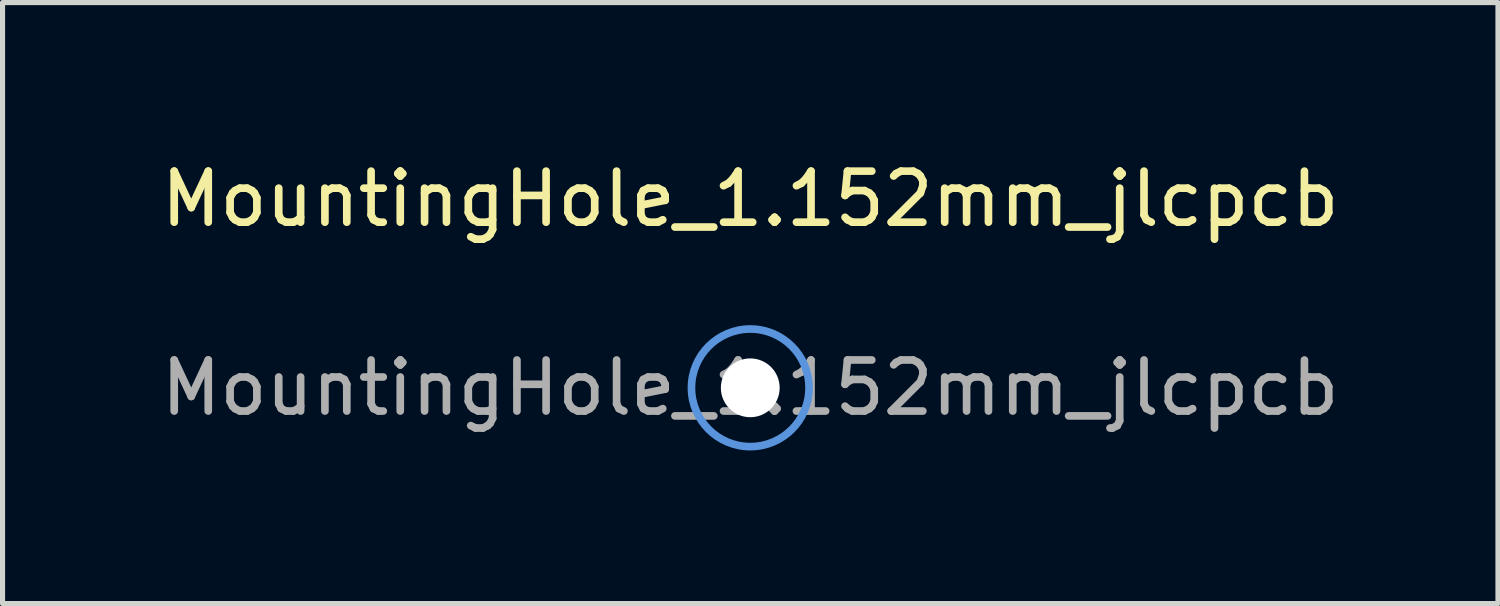
<source format=kicad_pcb>
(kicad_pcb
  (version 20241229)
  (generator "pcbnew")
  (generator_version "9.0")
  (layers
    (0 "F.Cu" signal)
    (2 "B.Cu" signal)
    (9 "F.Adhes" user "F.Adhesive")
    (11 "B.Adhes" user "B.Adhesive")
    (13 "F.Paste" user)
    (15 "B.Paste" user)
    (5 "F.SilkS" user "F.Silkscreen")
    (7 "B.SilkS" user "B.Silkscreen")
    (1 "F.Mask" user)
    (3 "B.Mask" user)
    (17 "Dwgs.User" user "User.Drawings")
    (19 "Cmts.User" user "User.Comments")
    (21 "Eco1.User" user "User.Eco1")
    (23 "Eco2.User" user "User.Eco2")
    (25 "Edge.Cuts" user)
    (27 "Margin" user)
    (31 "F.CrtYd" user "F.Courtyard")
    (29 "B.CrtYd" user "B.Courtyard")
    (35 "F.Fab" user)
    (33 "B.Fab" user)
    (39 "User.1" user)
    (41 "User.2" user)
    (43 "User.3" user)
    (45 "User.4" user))
  (footprint "MountingHole_1.152mm_jlcpcb"
    (layer "F.Cu")
    (at 11.649 4.548)
    (property "Reference" "MountingHole_1.152mm_jlcpcb" (at 0 -3.7 0) (layer "F.SilkS") (effects (font (size 1 1) (thickness 0.15))))
    (attr exclude_from_pos_files exclude_from_bom)
    (fp_circle (center 0 0) (end 1.152 0) (stroke (width 0.15) (type solid)) (fill no) (layer "Cmts.User"))
    (fp_circle (center 0 0) (end 1.152 0) (stroke (width 0.05) (type solid)) (fill no) (layer "F.CrtYd"))
    (fp_text user "${REFERENCE}" (at 0 0 0) (layer "F.Fab") (effects (font (size 1 1) (thickness 0.15))))
    (pad "" np_thru_hole circle (at 0 0) (size 1.152 1.152) (drill 1.152) (layers "*.Cu" "*.Mask")))
  (gr_rect
    (start -3 -3)
    (end 26.298 8.775)
    (stroke (width 0.1) (type default))
    (fill no)
    (layer "Edge.Cuts")))
</source>
